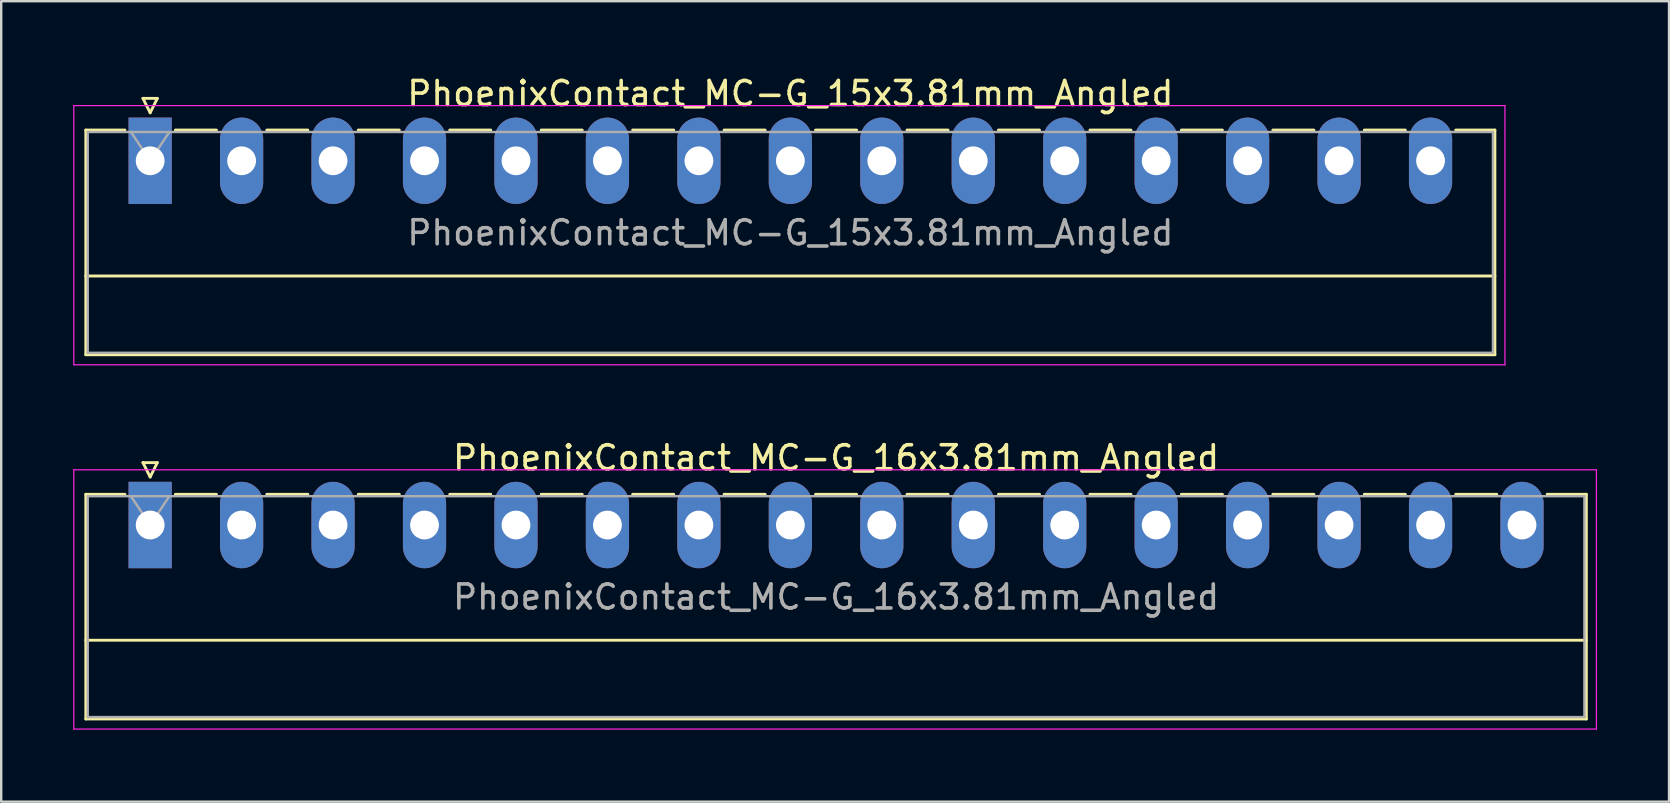
<source format=kicad_pcb>
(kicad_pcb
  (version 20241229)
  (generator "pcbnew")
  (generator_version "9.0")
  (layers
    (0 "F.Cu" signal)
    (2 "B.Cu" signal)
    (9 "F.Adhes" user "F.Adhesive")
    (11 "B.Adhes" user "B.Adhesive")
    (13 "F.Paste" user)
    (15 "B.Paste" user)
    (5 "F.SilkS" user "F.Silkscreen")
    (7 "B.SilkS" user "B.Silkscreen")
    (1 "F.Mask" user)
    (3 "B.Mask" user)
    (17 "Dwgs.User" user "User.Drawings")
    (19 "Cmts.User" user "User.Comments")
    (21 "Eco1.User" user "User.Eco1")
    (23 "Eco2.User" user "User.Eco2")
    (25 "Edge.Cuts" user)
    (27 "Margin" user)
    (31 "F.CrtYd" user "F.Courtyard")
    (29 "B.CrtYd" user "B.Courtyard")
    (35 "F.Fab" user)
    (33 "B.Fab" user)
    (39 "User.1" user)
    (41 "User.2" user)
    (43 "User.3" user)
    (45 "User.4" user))
  (footprint "PhoenixContact_MC-G_15x3.81mm_Angled"
    (layer "F.Cu")
    (at 3.205 3.648)
    (property "Reference" "PhoenixContact_MC-G_15x3.81mm_Angled" (at 26.67 -2.8 0) (layer "F.SilkS") (effects (font (size 1 1) (thickness 0.15))))
    (attr through_hole)
    (fp_line (start -2.68 -1.28) (end -2.68 8.08) (stroke (width 0.12) (type solid)) (layer "F.SilkS"))
    (fp_line (start -2.68 -1.28) (end -1.05 -1.28) (stroke (width 0.12) (type solid)) (layer "F.SilkS"))
    (fp_line (start -2.68 4.8) (end 56.02 4.8) (stroke (width 0.12) (type solid)) (layer "F.SilkS"))
    (fp_line (start -2.68 8.08) (end 56.02 8.08) (stroke (width 0.12) (type solid)) (layer "F.SilkS"))
    (fp_line (start -0.3 -2.6) (end 0.3 -2.6) (stroke (width 0.12) (type solid)) (layer "F.SilkS"))
    (fp_line (start 0 -2) (end -0.3 -2.6) (stroke (width 0.12) (type solid)) (layer "F.SilkS"))
    (fp_line (start 0.3 -2.6) (end 0 -2) (stroke (width 0.12) (type solid)) (layer "F.SilkS"))
    (fp_line (start 1.05 -1.28) (end 2.76 -1.28) (stroke (width 0.12) (type solid)) (layer "F.SilkS"))
    (fp_line (start 4.86 -1.28) (end 6.57 -1.28) (stroke (width 0.12) (type solid)) (layer "F.SilkS"))
    (fp_line (start 8.67 -1.28) (end 10.38 -1.28) (stroke (width 0.12) (type solid)) (layer "F.SilkS"))
    (fp_line (start 12.48 -1.28) (end 14.19 -1.28) (stroke (width 0.12) (type solid)) (layer "F.SilkS"))
    (fp_line (start 16.29 -1.28) (end 18 -1.28) (stroke (width 0.12) (type solid)) (layer "F.SilkS"))
    (fp_line (start 20.1 -1.28) (end 21.81 -1.28) (stroke (width 0.12) (type solid)) (layer "F.SilkS"))
    (fp_line (start 23.91 -1.28) (end 25.62 -1.28) (stroke (width 0.12) (type solid)) (layer "F.SilkS"))
    (fp_line (start 27.72 -1.28) (end 29.43 -1.28) (stroke (width 0.12) (type solid)) (layer "F.SilkS"))
    (fp_line (start 31.53 -1.28) (end 33.24 -1.28) (stroke (width 0.12) (type solid)) (layer "F.SilkS"))
    (fp_line (start 35.34 -1.28) (end 37.05 -1.28) (stroke (width 0.12) (type solid)) (layer "F.SilkS"))
    (fp_line (start 39.15 -1.28) (end 40.86 -1.28) (stroke (width 0.12) (type solid)) (layer "F.SilkS"))
    (fp_line (start 42.96 -1.28) (end 44.67 -1.28) (stroke (width 0.12) (type solid)) (layer "F.SilkS"))
    (fp_line (start 46.77 -1.28) (end 48.48 -1.28) (stroke (width 0.12) (type solid)) (layer "F.SilkS"))
    (fp_line (start 50.58 -1.28) (end 52.29 -1.28) (stroke (width 0.12) (type solid)) (layer "F.SilkS"))
    (fp_line (start 56.02 -1.28) (end 54.39 -1.28) (stroke (width 0.12) (type solid)) (layer "F.SilkS"))
    (fp_line (start 56.02 8.08) (end 56.02 -1.28) (stroke (width 0.12) (type solid)) (layer "F.SilkS"))
    (fp_line (start -3.18 -2.3) (end -3.18 8.5) (stroke (width 0.05) (type solid)) (layer "F.CrtYd"))
    (fp_line (start -3.18 8.5) (end 56.44 8.5) (stroke (width 0.05) (type solid)) (layer "F.CrtYd"))
    (fp_line (start 56.44 -2.3) (end -3.18 -2.3) (stroke (width 0.05) (type solid)) (layer "F.CrtYd"))
    (fp_line (start 56.44 8.5) (end 56.44 -2.3) (stroke (width 0.05) (type solid)) (layer "F.CrtYd"))
    (fp_line (start -2.6 -1.2) (end -2.6 8) (stroke (width 0.1) (type solid)) (layer "F.Fab"))
    (fp_line (start -2.6 8) (end 55.94 8) (stroke (width 0.1) (type solid)) (layer "F.Fab"))
    (fp_line (start 0 0) (end -0.8 -1.2) (stroke (width 0.1) (type solid)) (layer "F.Fab"))
    (fp_line (start 0.8 -1.2) (end 0 0) (stroke (width 0.1) (type solid)) (layer "F.Fab"))
    (fp_line (start 55.94 -1.2) (end -2.6 -1.2) (stroke (width 0.1) (type solid)) (layer "F.Fab"))
    (fp_line (start 55.94 8) (end 55.94 -1.2) (stroke (width 0.1) (type solid)) (layer "F.Fab"))
    (fp_text user "${REFERENCE}" (at 26.67 3 0) (layer "F.Fab") (effects (font (size 1 1) (thickness 0.15))))
    (pad "1" thru_hole rect (at 0 0) (size 1.8 3.6) (drill 1.2) (layers "*.Cu" "*.Mask"))
    (pad "2" thru_hole oval (at 3.81 0) (size 1.8 3.6) (drill 1.2) (layers "*.Cu" "*.Mask"))
    (pad "3" thru_hole oval (at 7.62 0) (size 1.8 3.6) (drill 1.2) (layers "*.Cu" "*.Mask"))
    (pad "4" thru_hole oval (at 11.43 0) (size 1.8 3.6) (drill 1.2) (layers "*.Cu" "*.Mask"))
    (pad "5" thru_hole oval (at 15.24 0) (size 1.8 3.6) (drill 1.2) (layers "*.Cu" "*.Mask"))
    (pad "6" thru_hole oval (at 19.05 0) (size 1.8 3.6) (drill 1.2) (layers "*.Cu" "*.Mask"))
    (pad "7" thru_hole oval (at 22.86 0) (size 1.8 3.6) (drill 1.2) (layers "*.Cu" "*.Mask"))
    (pad "8" thru_hole oval (at 26.67 0) (size 1.8 3.6) (drill 1.2) (layers "*.Cu" "*.Mask"))
    (pad "9" thru_hole oval (at 30.48 0) (size 1.8 3.6) (drill 1.2) (layers "*.Cu" "*.Mask"))
    (pad "10" thru_hole oval (at 34.29 0) (size 1.8 3.6) (drill 1.2) (layers "*.Cu" "*.Mask"))
    (pad "11" thru_hole oval (at 38.1 0) (size 1.8 3.6) (drill 1.2) (layers "*.Cu" "*.Mask"))
    (pad "12" thru_hole oval (at 41.91 0) (size 1.8 3.6) (drill 1.2) (layers "*.Cu" "*.Mask"))
    (pad "13" thru_hole oval (at 45.72 0) (size 1.8 3.6) (drill 1.2) (layers "*.Cu" "*.Mask"))
    (pad "14" thru_hole oval (at 49.53 0) (size 1.8 3.6) (drill 1.2) (layers "*.Cu" "*.Mask"))
    (pad "15" thru_hole oval (at 53.34 0) (size 1.8 3.6) (drill 1.2) (layers "*.Cu" "*.Mask")))
  (footprint "PhoenixContact_MC-G_16x3.81mm_Angled"
    (layer "F.Cu")
    (at 3.205 18.822)
    (property "Reference" "PhoenixContact_MC-G_16x3.81mm_Angled" (at 28.575 -2.8 0) (layer "F.SilkS") (effects (font (size 1 1) (thickness 0.15))))
    (attr through_hole)
    (fp_line (start -2.68 -1.28) (end -2.68 8.08) (stroke (width 0.12) (type solid)) (layer "F.SilkS"))
    (fp_line (start -2.68 -1.28) (end -1.05 -1.28) (stroke (width 0.12) (type solid)) (layer "F.SilkS"))
    (fp_line (start -2.68 4.8) (end 59.83 4.8) (stroke (width 0.12) (type solid)) (layer "F.SilkS"))
    (fp_line (start -2.68 8.08) (end 59.83 8.08) (stroke (width 0.12) (type solid)) (layer "F.SilkS"))
    (fp_line (start -0.3 -2.6) (end 0.3 -2.6) (stroke (width 0.12) (type solid)) (layer "F.SilkS"))
    (fp_line (start 0 -2) (end -0.3 -2.6) (stroke (width 0.12) (type solid)) (layer "F.SilkS"))
    (fp_line (start 0.3 -2.6) (end 0 -2) (stroke (width 0.12) (type solid)) (layer "F.SilkS"))
    (fp_line (start 1.05 -1.28) (end 2.76 -1.28) (stroke (width 0.12) (type solid)) (layer "F.SilkS"))
    (fp_line (start 4.86 -1.28) (end 6.57 -1.28) (stroke (width 0.12) (type solid)) (layer "F.SilkS"))
    (fp_line (start 8.67 -1.28) (end 10.38 -1.28) (stroke (width 0.12) (type solid)) (layer "F.SilkS"))
    (fp_line (start 12.48 -1.28) (end 14.19 -1.28) (stroke (width 0.12) (type solid)) (layer "F.SilkS"))
    (fp_line (start 16.29 -1.28) (end 18 -1.28) (stroke (width 0.12) (type solid)) (layer "F.SilkS"))
    (fp_line (start 20.1 -1.28) (end 21.81 -1.28) (stroke (width 0.12) (type solid)) (layer "F.SilkS"))
    (fp_line (start 23.91 -1.28) (end 25.62 -1.28) (stroke (width 0.12) (type solid)) (layer "F.SilkS"))
    (fp_line (start 27.72 -1.28) (end 29.43 -1.28) (stroke (width 0.12) (type solid)) (layer "F.SilkS"))
    (fp_line (start 31.53 -1.28) (end 33.24 -1.28) (stroke (width 0.12) (type solid)) (layer "F.SilkS"))
    (fp_line (start 35.34 -1.28) (end 37.05 -1.28) (stroke (width 0.12) (type solid)) (layer "F.SilkS"))
    (fp_line (start 39.15 -1.28) (end 40.86 -1.28) (stroke (width 0.12) (type solid)) (layer "F.SilkS"))
    (fp_line (start 42.96 -1.28) (end 44.67 -1.28) (stroke (width 0.12) (type solid)) (layer "F.SilkS"))
    (fp_line (start 46.77 -1.28) (end 48.48 -1.28) (stroke (width 0.12) (type solid)) (layer "F.SilkS"))
    (fp_line (start 50.58 -1.28) (end 52.29 -1.28) (stroke (width 0.12) (type solid)) (layer "F.SilkS"))
    (fp_line (start 54.39 -1.28) (end 56.1 -1.28) (stroke (width 0.12) (type solid)) (layer "F.SilkS"))
    (fp_line (start 59.83 -1.28) (end 58.2 -1.28) (stroke (width 0.12) (type solid)) (layer "F.SilkS"))
    (fp_line (start 59.83 8.08) (end 59.83 -1.28) (stroke (width 0.12) (type solid)) (layer "F.SilkS"))
    (fp_line (start -3.18 -2.3) (end -3.18 8.5) (stroke (width 0.05) (type solid)) (layer "F.CrtYd"))
    (fp_line (start -3.18 8.5) (end 60.25 8.5) (stroke (width 0.05) (type solid)) (layer "F.CrtYd"))
    (fp_line (start 60.25 -2.3) (end -3.18 -2.3) (stroke (width 0.05) (type solid)) (layer "F.CrtYd"))
    (fp_line (start 60.25 8.5) (end 60.25 -2.3) (stroke (width 0.05) (type solid)) (layer "F.CrtYd"))
    (fp_line (start -2.6 -1.2) (end -2.6 8) (stroke (width 0.1) (type solid)) (layer "F.Fab"))
    (fp_line (start -2.6 8) (end 59.75 8) (stroke (width 0.1) (type solid)) (layer "F.Fab"))
    (fp_line (start 0 0) (end -0.8 -1.2) (stroke (width 0.1) (type solid)) (layer "F.Fab"))
    (fp_line (start 0.8 -1.2) (end 0 0) (stroke (width 0.1) (type solid)) (layer "F.Fab"))
    (fp_line (start 59.75 -1.2) (end -2.6 -1.2) (stroke (width 0.1) (type solid)) (layer "F.Fab"))
    (fp_line (start 59.75 8) (end 59.75 -1.2) (stroke (width 0.1) (type solid)) (layer "F.Fab"))
    (fp_text user "${REFERENCE}" (at 28.575 3 0) (layer "F.Fab") (effects (font (size 1 1) (thickness 0.15))))
    (pad "1" thru_hole rect (at 0 0) (size 1.8 3.6) (drill 1.2) (layers "*.Cu" "*.Mask"))
    (pad "2" thru_hole oval (at 3.81 0) (size 1.8 3.6) (drill 1.2) (layers "*.Cu" "*.Mask"))
    (pad "3" thru_hole oval (at 7.62 0) (size 1.8 3.6) (drill 1.2) (layers "*.Cu" "*.Mask"))
    (pad "4" thru_hole oval (at 11.43 0) (size 1.8 3.6) (drill 1.2) (layers "*.Cu" "*.Mask"))
    (pad "5" thru_hole oval (at 15.24 0) (size 1.8 3.6) (drill 1.2) (layers "*.Cu" "*.Mask"))
    (pad "6" thru_hole oval (at 19.05 0) (size 1.8 3.6) (drill 1.2) (layers "*.Cu" "*.Mask"))
    (pad "7" thru_hole oval (at 22.86 0) (size 1.8 3.6) (drill 1.2) (layers "*.Cu" "*.Mask"))
    (pad "8" thru_hole oval (at 26.67 0) (size 1.8 3.6) (drill 1.2) (layers "*.Cu" "*.Mask"))
    (pad "9" thru_hole oval (at 30.48 0) (size 1.8 3.6) (drill 1.2) (layers "*.Cu" "*.Mask"))
    (pad "10" thru_hole oval (at 34.29 0) (size 1.8 3.6) (drill 1.2) (layers "*.Cu" "*.Mask"))
    (pad "11" thru_hole oval (at 38.1 0) (size 1.8 3.6) (drill 1.2) (layers "*.Cu" "*.Mask"))
    (pad "12" thru_hole oval (at 41.91 0) (size 1.8 3.6) (drill 1.2) (layers "*.Cu" "*.Mask"))
    (pad "13" thru_hole oval (at 45.72 0) (size 1.8 3.6) (drill 1.2) (layers "*.Cu" "*.Mask"))
    (pad "14" thru_hole oval (at 49.53 0) (size 1.8 3.6) (drill 1.2) (layers "*.Cu" "*.Mask"))
    (pad "15" thru_hole oval (at 53.34 0) (size 1.8 3.6) (drill 1.2) (layers "*.Cu" "*.Mask"))
    (pad "16" thru_hole oval (at 57.15 0) (size 1.8 3.6) (drill 1.2) (layers "*.Cu" "*.Mask")))
  (gr_rect
    (start -3 -3)
    (end 66.48 30.346)
    (stroke (width 0.1) (type default))
    (fill no)
    (layer "Edge.Cuts")))
</source>
